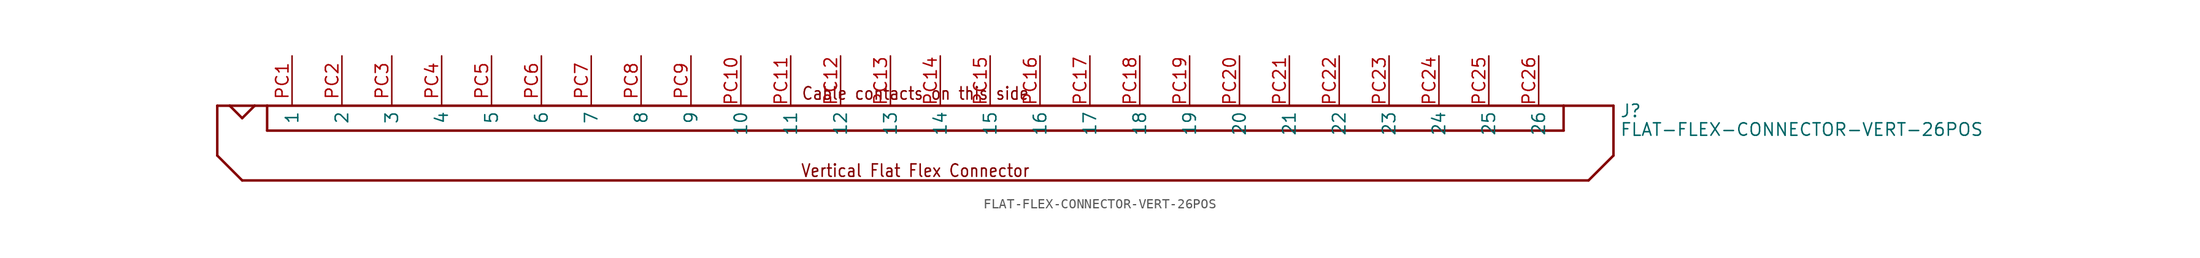
<source format=kicad_sym>
(kicad_symbol_lib
  (version 20211014)
  (generator kicad_symbol_editor)
  (symbol "FLAT-FLEX-CONNECTOR-VERT-26POS"
    (pin_names)
    (property "Reference" "J"
      (at 71.755 1.27 0)
      (effects (font (size 1.27 1.27)) (justify left bottom)))
    (property "Value" "FLAT-FLEX-CONNECTOR-VERT-26POS"
      (at 71.755 -0.635 0)
      (effects (font (size 1.27 1.27)) (justify left bottom)))
    (property "Datasheet" ""
      (at 0 0 0))
    (property "ki_description" "FLAT-FLEX-CONNECTOR-VERT-26POS  - Flat Flex Connector 26 position Vertical Technical Specifications: Number of Positions: 26 Contact: One Side Mount: Vertical "
      (at 0 0 0))
    (property "ki_fp_filters" "FlashPCB_Connectors:FLAT-FLEX-CONNECTOR-MOLEX-52610-VERT-26POS"
      (at 0 0 0))
    (symbol "FLAT-FLEX-CONNECTOR-VERT-26POS_1_1"
      (text "Cable contacts on this side" (at 0 3.048 0) (effects (font (size 1.27 1.086)) (justify bottom)))
      (text "Vertical Flat Flex Connector" (at 0 -4.826 0) (effects (font (size 1.27 1.086)) (justify bottom)))
      (polyline (pts (xy -71.12 2.54) (xy -71.12 -2.54)) (stroke (width 0.254)) (fill (type none)))
      (polyline (pts (xy -71.12 -2.54) (xy -68.58 -5.08)) (stroke (width 0.254)) (fill (type none)))
      (polyline (pts (xy -68.58 -5.08) (xy 68.58 -5.08)) (stroke (width 0.254)) (fill (type none)))
      (polyline (pts (xy 68.58 -5.08) (xy 71.12 -2.54)) (stroke (width 0.254)) (fill (type none)))
      (polyline (pts (xy 71.12 -2.54) (xy 71.12 2.54)) (stroke (width 0.254)) (fill (type none)))
      (polyline (pts (xy 71.12 2.54) (xy 66.04 2.54)) (stroke (width 0.254)) (fill (type none)))
      (polyline (pts (xy 66.04 2.54) (xy 66.04 0)) (stroke (width 0.254)) (fill (type none)))
      (polyline (pts (xy 66.04 0) (xy -66.04 0)) (stroke (width 0.254)) (fill (type none)))
      (polyline (pts (xy -66.04 0) (xy -66.04 2.54)) (stroke (width 0.254)) (fill (type none)))
      (polyline (pts (xy -66.04 2.54) (xy -67.31 2.54)) (stroke (width 0.254)) (fill (type none)))
      (polyline (pts (xy -67.31 2.54) (xy -69.85 2.54)) (stroke (width 0.254)) (fill (type none)))
      (polyline (pts (xy -69.85 2.54) (xy -71.12 2.54)) (stroke (width 0.254)) (fill (type none)))
      (polyline (pts (xy -66.04 2.54) (xy 66.04 2.54)) (stroke (width 0.254)) (fill (type none)))
      (polyline (pts (xy -69.85 2.54) (xy -68.58 1.27)) (stroke (width 0.254)) (fill (type none)))
      (polyline (pts (xy -68.58 1.27) (xy -67.31 2.54)) (stroke (width 0.254)) (fill (type none)))
      (pin bidirectional line (at -63.5 7.62 270) (length 5.08) (name "1" (effects (font (size 1.27 1.27)))) (number "PC1" (effects (font (size 1.27 1.27)))))
      (pin bidirectional line (at -63.5 7.62 270) (length 5.08) hide (name "1" (effects (font (size 1.27 1.27)))) (number "PS1" (effects (font (size 1.27 1.27)))))
      (pin bidirectional line (at -58.42 7.62 270) (length 5.08) (name "2" (effects (font (size 1.27 1.27)))) (number "PC2" (effects (font (size 1.27 1.27)))))
      (pin bidirectional line (at -58.42 7.62 270) (length 5.08) hide (name "2" (effects (font (size 1.27 1.27)))) (number "PS2" (effects (font (size 1.27 1.27)))))
      (pin bidirectional line (at -53.34 7.62 270) (length 5.08) (name "3" (effects (font (size 1.27 1.27)))) (number "PC3" (effects (font (size 1.27 1.27)))))
      (pin bidirectional line (at -53.34 7.62 270) (length 5.08) hide (name "3" (effects (font (size 1.27 1.27)))) (number "PS3" (effects (font (size 1.27 1.27)))))
      (pin bidirectional line (at -48.26 7.62 270) (length 5.08) (name "4" (effects (font (size 1.27 1.27)))) (number "PC4" (effects (font (size 1.27 1.27)))))
      (pin bidirectional line (at -48.26 7.62 270) (length 5.08) hide (name "4" (effects (font (size 1.27 1.27)))) (number "PS4" (effects (font (size 1.27 1.27)))))
      (pin bidirectional line (at -43.18 7.62 270) (length 5.08) (name "5" (effects (font (size 1.27 1.27)))) (number "PC5" (effects (font (size 1.27 1.27)))))
      (pin bidirectional line (at -43.18 7.62 270) (length 5.08) hide (name "5" (effects (font (size 1.27 1.27)))) (number "PS5" (effects (font (size 1.27 1.27)))))
      (pin bidirectional line (at -38.1 7.62 270) (length 5.08) (name "6" (effects (font (size 1.27 1.27)))) (number "PC6" (effects (font (size 1.27 1.27)))))
      (pin bidirectional line (at -38.1 7.62 270) (length 5.08) hide (name "6" (effects (font (size 1.27 1.27)))) (number "PS6" (effects (font (size 1.27 1.27)))))
      (pin bidirectional line (at -33.02 7.62 270) (length 5.08) (name "7" (effects (font (size 1.27 1.27)))) (number "PC7" (effects (font (size 1.27 1.27)))))
      (pin bidirectional line (at -33.02 7.62 270) (length 5.08) hide (name "7" (effects (font (size 1.27 1.27)))) (number "PS7" (effects (font (size 1.27 1.27)))))
      (pin bidirectional line (at -27.94 7.62 270) (length 5.08) (name "8" (effects (font (size 1.27 1.27)))) (number "PC8" (effects (font (size 1.27 1.27)))))
      (pin bidirectional line (at -27.94 7.62 270) (length 5.08) hide (name "8" (effects (font (size 1.27 1.27)))) (number "PS8" (effects (font (size 1.27 1.27)))))
      (pin bidirectional line (at -22.86 7.62 270) (length 5.08) (name "9" (effects (font (size 1.27 1.27)))) (number "PC9" (effects (font (size 1.27 1.27)))))
      (pin bidirectional line (at -22.86 7.62 270) (length 5.08) hide (name "9" (effects (font (size 1.27 1.27)))) (number "PS9" (effects (font (size 1.27 1.27)))))
      (pin bidirectional line (at -17.78 7.62 270) (length 5.08) (name "10" (effects (font (size 1.27 1.27)))) (number "PC10" (effects (font (size 1.27 1.27)))))
      (pin bidirectional line (at -17.78 7.62 270) (length 5.08) hide (name "10" (effects (font (size 1.27 1.27)))) (number "PS10" (effects (font (size 1.27 1.27)))))
      (pin bidirectional line (at -12.7 7.62 270) (length 5.08) (name "11" (effects (font (size 1.27 1.27)))) (number "PC11" (effects (font (size 1.27 1.27)))))
      (pin bidirectional line (at -12.7 7.62 270) (length 5.08) hide (name "11" (effects (font (size 1.27 1.27)))) (number "PS11" (effects (font (size 1.27 1.27)))))
      (pin bidirectional line (at -7.62 7.62 270) (length 5.08) (name "12" (effects (font (size 1.27 1.27)))) (number "PC12" (effects (font (size 1.27 1.27)))))
      (pin bidirectional line (at -7.62 7.62 270) (length 5.08) hide (name "12" (effects (font (size 1.27 1.27)))) (number "PS12" (effects (font (size 1.27 1.27)))))
      (pin bidirectional line (at -2.54 7.62 270) (length 5.08) (name "13" (effects (font (size 1.27 1.27)))) (number "PC13" (effects (font (size 1.27 1.27)))))
      (pin bidirectional line (at -2.54 7.62 270) (length 5.08) hide (name "13" (effects (font (size 1.27 1.27)))) (number "PS13" (effects (font (size 1.27 1.27)))))
      (pin bidirectional line (at 2.54 7.62 270) (length 5.08) (name "14" (effects (font (size 1.27 1.27)))) (number "PC14" (effects (font (size 1.27 1.27)))))
      (pin bidirectional line (at 2.54 7.62 270) (length 5.08) hide (name "14" (effects (font (size 1.27 1.27)))) (number "PS14" (effects (font (size 1.27 1.27)))))
      (pin bidirectional line (at 7.62 7.62 270) (length 5.08) (name "15" (effects (font (size 1.27 1.27)))) (number "PC15" (effects (font (size 1.27 1.27)))))
      (pin bidirectional line (at 7.62 7.62 270) (length 5.08) hide (name "15" (effects (font (size 1.27 1.27)))) (number "PS15" (effects (font (size 1.27 1.27)))))
      (pin bidirectional line (at 12.7 7.62 270) (length 5.08) (name "16" (effects (font (size 1.27 1.27)))) (number "PC16" (effects (font (size 1.27 1.27)))))
      (pin bidirectional line (at 12.7 7.62 270) (length 5.08) hide (name "16" (effects (font (size 1.27 1.27)))) (number "PS16" (effects (font (size 1.27 1.27)))))
      (pin bidirectional line (at 17.78 7.62 270) (length 5.08) (name "17" (effects (font (size 1.27 1.27)))) (number "PC17" (effects (font (size 1.27 1.27)))))
      (pin bidirectional line (at 17.78 7.62 270) (length 5.08) hide (name "17" (effects (font (size 1.27 1.27)))) (number "PS17" (effects (font (size 1.27 1.27)))))
      (pin bidirectional line (at 22.86 7.62 270) (length 5.08) (name "18" (effects (font (size 1.27 1.27)))) (number "PC18" (effects (font (size 1.27 1.27)))))
      (pin bidirectional line (at 22.86 7.62 270) (length 5.08) hide (name "18" (effects (font (size 1.27 1.27)))) (number "PS18" (effects (font (size 1.27 1.27)))))
      (pin bidirectional line (at 27.94 7.62 270) (length 5.08) (name "19" (effects (font (size 1.27 1.27)))) (number "PC19" (effects (font (size 1.27 1.27)))))
      (pin bidirectional line (at 27.94 7.62 270) (length 5.08) hide (name "19" (effects (font (size 1.27 1.27)))) (number "PS19" (effects (font (size 1.27 1.27)))))
      (pin bidirectional line (at 33.02 7.62 270) (length 5.08) (name "20" (effects (font (size 1.27 1.27)))) (number "PC20" (effects (font (size 1.27 1.27)))))
      (pin bidirectional line (at 33.02 7.62 270) (length 5.08) hide (name "20" (effects (font (size 1.27 1.27)))) (number "PS20" (effects (font (size 1.27 1.27)))))
      (pin bidirectional line (at 38.1 7.62 270) (length 5.08) (name "21" (effects (font (size 1.27 1.27)))) (number "PC21" (effects (font (size 1.27 1.27)))))
      (pin bidirectional line (at 38.1 7.62 270) (length 5.08) hide (name "21" (effects (font (size 1.27 1.27)))) (number "PS21" (effects (font (size 1.27 1.27)))))
      (pin bidirectional line (at 43.18 7.62 270) (length 5.08) (name "22" (effects (font (size 1.27 1.27)))) (number "PC22" (effects (font (size 1.27 1.27)))))
      (pin bidirectional line (at 43.18 7.62 270) (length 5.08) hide (name "22" (effects (font (size 1.27 1.27)))) (number "PS22" (effects (font (size 1.27 1.27)))))
      (pin bidirectional line (at 48.26 7.62 270) (length 5.08) (name "23" (effects (font (size 1.27 1.27)))) (number "PC23" (effects (font (size 1.27 1.27)))))
      (pin bidirectional line (at 48.26 7.62 270) (length 5.08) hide (name "23" (effects (font (size 1.27 1.27)))) (number "PS23" (effects (font (size 1.27 1.27)))))
      (pin bidirectional line (at 53.34 7.62 270) (length 5.08) (name "24" (effects (font (size 1.27 1.27)))) (number "PC24" (effects (font (size 1.27 1.27)))))
      (pin bidirectional line (at 53.34 7.62 270) (length 5.08) hide (name "24" (effects (font (size 1.27 1.27)))) (number "PS24" (effects (font (size 1.27 1.27)))))
      (pin bidirectional line (at 58.42 7.62 270) (length 5.08) (name "25" (effects (font (size 1.27 1.27)))) (number "PC25" (effects (font (size 1.27 1.27)))))
      (pin bidirectional line (at 58.42 7.62 270) (length 5.08) hide (name "25" (effects (font (size 1.27 1.27)))) (number "PS25" (effects (font (size 1.27 1.27)))))
      (pin bidirectional line (at 63.5 7.62 270) (length 5.08) (name "26" (effects (font (size 1.27 1.27)))) (number "PC26" (effects (font (size 1.27 1.27)))))
      (pin bidirectional line (at 63.5 7.62 270) (length 5.08) hide (name "26" (effects (font (size 1.27 1.27)))) (number "PS26" (effects (font (size 1.27 1.27))))))))
</source>
